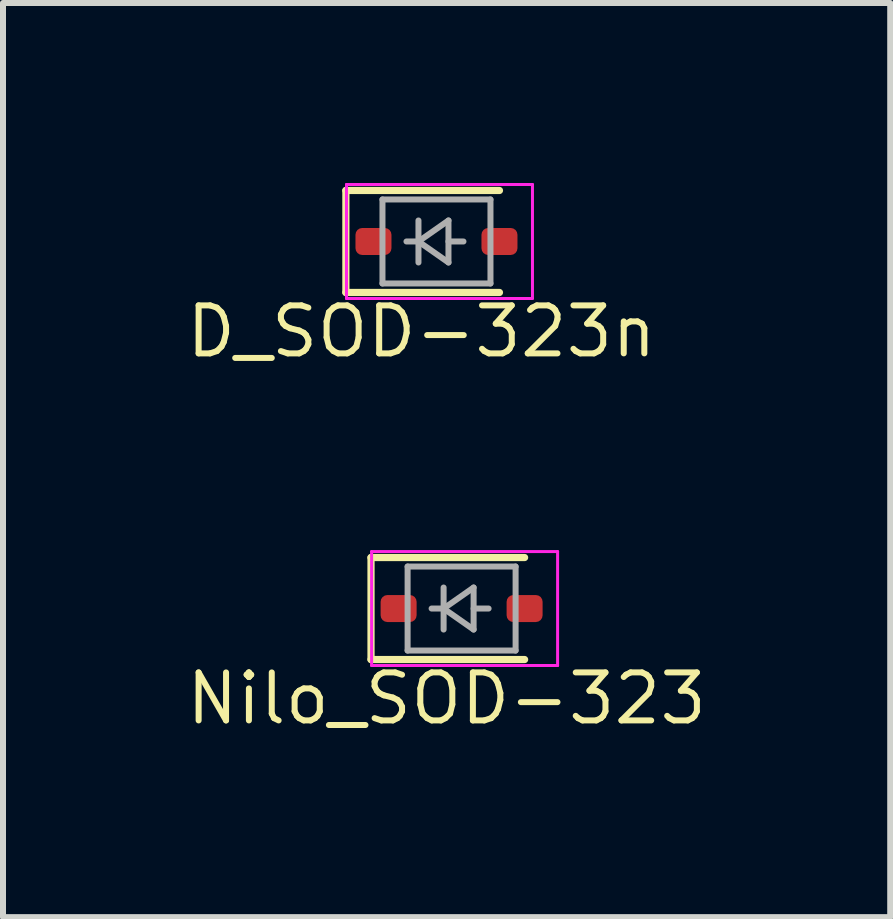
<source format=kicad_pcb>
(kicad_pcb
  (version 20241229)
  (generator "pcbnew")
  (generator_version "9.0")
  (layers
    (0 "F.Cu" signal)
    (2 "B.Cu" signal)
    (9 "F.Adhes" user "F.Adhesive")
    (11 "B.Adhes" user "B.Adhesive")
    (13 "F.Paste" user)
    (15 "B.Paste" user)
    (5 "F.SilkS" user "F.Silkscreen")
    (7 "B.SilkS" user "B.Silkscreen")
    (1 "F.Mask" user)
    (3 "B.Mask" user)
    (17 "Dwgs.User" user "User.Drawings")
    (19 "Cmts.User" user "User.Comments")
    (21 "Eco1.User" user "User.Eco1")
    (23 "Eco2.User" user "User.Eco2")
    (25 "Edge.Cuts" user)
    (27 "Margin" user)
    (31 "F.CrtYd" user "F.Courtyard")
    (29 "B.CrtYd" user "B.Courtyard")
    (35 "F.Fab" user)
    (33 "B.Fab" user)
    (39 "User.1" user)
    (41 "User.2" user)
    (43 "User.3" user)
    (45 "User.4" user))
  (footprint "D_SOD-323n"
    (layer "F.Cu")
    (at 4.225 0.975)
    (property "Reference" "D_SOD-323n" (at -0.25 1.5 180) (layer "F.SilkS") (effects (font (size 0.8 0.8) (thickness 0.1))))
    (attr smd)
    (fp_line (start -1.51 -0.85) (end -1.51 0.85) (stroke (width 0.12) (type solid)) (layer "F.SilkS"))
    (fp_line (start -1.51 -0.85) (end 1.05 -0.85) (stroke (width 0.12) (type solid)) (layer "F.SilkS"))
    (fp_line (start -1.51 0.85) (end 1.05 0.85) (stroke (width 0.12) (type solid)) (layer "F.SilkS"))
    (fp_line (start -1.5 -0.95) (end -1.5 0.95) (stroke (width 0.05) (type solid)) (layer "F.CrtYd"))
    (fp_line (start -1.5 -0.95) (end 1.6 -0.95) (stroke (width 0.05) (type solid)) (layer "F.CrtYd"))
    (fp_line (start -1.5 0.95) (end 1.6 0.95) (stroke (width 0.05) (type solid)) (layer "F.CrtYd"))
    (fp_line (start 1.6 -0.95) (end 1.6 0.95) (stroke (width 0.05) (type solid)) (layer "F.CrtYd"))
    (fp_line (start -0.9 -0.7) (end 0.9 -0.7) (stroke (width 0.1) (type solid)) (layer "F.Fab"))
    (fp_line (start -0.9 0.7) (end -0.9 -0.7) (stroke (width 0.1) (type solid)) (layer "F.Fab"))
    (fp_line (start -0.3 -0.35) (end -0.3 0.35) (stroke (width 0.1) (type solid)) (layer "F.Fab"))
    (fp_line (start -0.3 0) (end -0.5 0) (stroke (width 0.1) (type solid)) (layer "F.Fab"))
    (fp_line (start -0.3 0) (end 0.2 -0.35) (stroke (width 0.1) (type solid)) (layer "F.Fab"))
    (fp_line (start 0.2 -0.35) (end 0.2 0.35) (stroke (width 0.1) (type solid)) (layer "F.Fab"))
    (fp_line (start 0.2 0) (end 0.45 0) (stroke (width 0.1) (type solid)) (layer "F.Fab"))
    (fp_line (start 0.2 0.35) (end -0.3 0) (stroke (width 0.1) (type solid)) (layer "F.Fab"))
    (fp_line (start 0.9 -0.7) (end 0.9 0.7) (stroke (width 0.1) (type solid)) (layer "F.Fab"))
    (fp_line (start 0.9 0.7) (end -0.9 0.7) (stroke (width 0.1) (type solid)) (layer "F.Fab"))
    (pad "1" smd roundrect (at -1.05 0) (size 0.6 0.45) (layers "F.Cu" "F.Mask" "F.Paste") (roundrect_rratio 0.25))
    (pad "2" smd roundrect (at 1.05 0) (size 0.6 0.45) (layers "F.Cu" "F.Mask" "F.Paste") (roundrect_rratio 0.25)))
  (footprint "Nilo_SOD-323"
    (layer "F.Cu")
    (at 4.644 7.093)
    (property "Reference" "Nilo_SOD-323" (at -0.25 1.5 180) (layer "F.SilkS") (effects (font (size 0.8 0.8) (thickness 0.1))))
    (attr smd)
    (fp_line (start -1.51 -0.85) (end -1.51 0.85) (stroke (width 0.12) (type solid)) (layer "F.SilkS"))
    (fp_line (start -1.51 -0.85) (end 1.05 -0.85) (stroke (width 0.12) (type solid)) (layer "F.SilkS"))
    (fp_line (start -1.51 0.85) (end 1.05 0.85) (stroke (width 0.12) (type solid)) (layer "F.SilkS"))
    (fp_line (start -1.5 -0.95) (end -1.5 0.95) (stroke (width 0.05) (type solid)) (layer "F.CrtYd"))
    (fp_line (start -1.5 -0.95) (end 1.6 -0.95) (stroke (width 0.05) (type solid)) (layer "F.CrtYd"))
    (fp_line (start -1.5 0.95) (end 1.6 0.95) (stroke (width 0.05) (type solid)) (layer "F.CrtYd"))
    (fp_line (start 1.6 -0.95) (end 1.6 0.95) (stroke (width 0.05) (type solid)) (layer "F.CrtYd"))
    (fp_line (start -0.9 -0.7) (end 0.9 -0.7) (stroke (width 0.1) (type solid)) (layer "F.Fab"))
    (fp_line (start -0.9 0.7) (end -0.9 -0.7) (stroke (width 0.1) (type solid)) (layer "F.Fab"))
    (fp_line (start -0.3 -0.35) (end -0.3 0.35) (stroke (width 0.1) (type solid)) (layer "F.Fab"))
    (fp_line (start -0.3 0) (end -0.5 0) (stroke (width 0.1) (type solid)) (layer "F.Fab"))
    (fp_line (start -0.3 0) (end 0.2 -0.35) (stroke (width 0.1) (type solid)) (layer "F.Fab"))
    (fp_line (start 0.2 -0.35) (end 0.2 0.35) (stroke (width 0.1) (type solid)) (layer "F.Fab"))
    (fp_line (start 0.2 0) (end 0.45 0) (stroke (width 0.1) (type solid)) (layer "F.Fab"))
    (fp_line (start 0.2 0.35) (end -0.3 0) (stroke (width 0.1) (type solid)) (layer "F.Fab"))
    (fp_line (start 0.9 -0.7) (end 0.9 0.7) (stroke (width 0.1) (type solid)) (layer "F.Fab"))
    (fp_line (start 0.9 0.7) (end -0.9 0.7) (stroke (width 0.1) (type solid)) (layer "F.Fab"))
    (pad "1" smd roundrect (at -1.05 0) (size 0.6 0.45) (layers "F.Cu" "F.Mask" "F.Paste") (roundrect_rratio 0.25))
    (pad "2" smd roundrect (at 1.05 0) (size 0.6 0.45) (layers "F.Cu" "F.Mask" "F.Paste") (roundrect_rratio 0.25)))
  (gr_rect
    (start -3 -3)
    (end 11.788 12.237)
    (stroke (width 0.1) (type default))
    (fill no)
    (layer "Edge.Cuts")))
</source>
